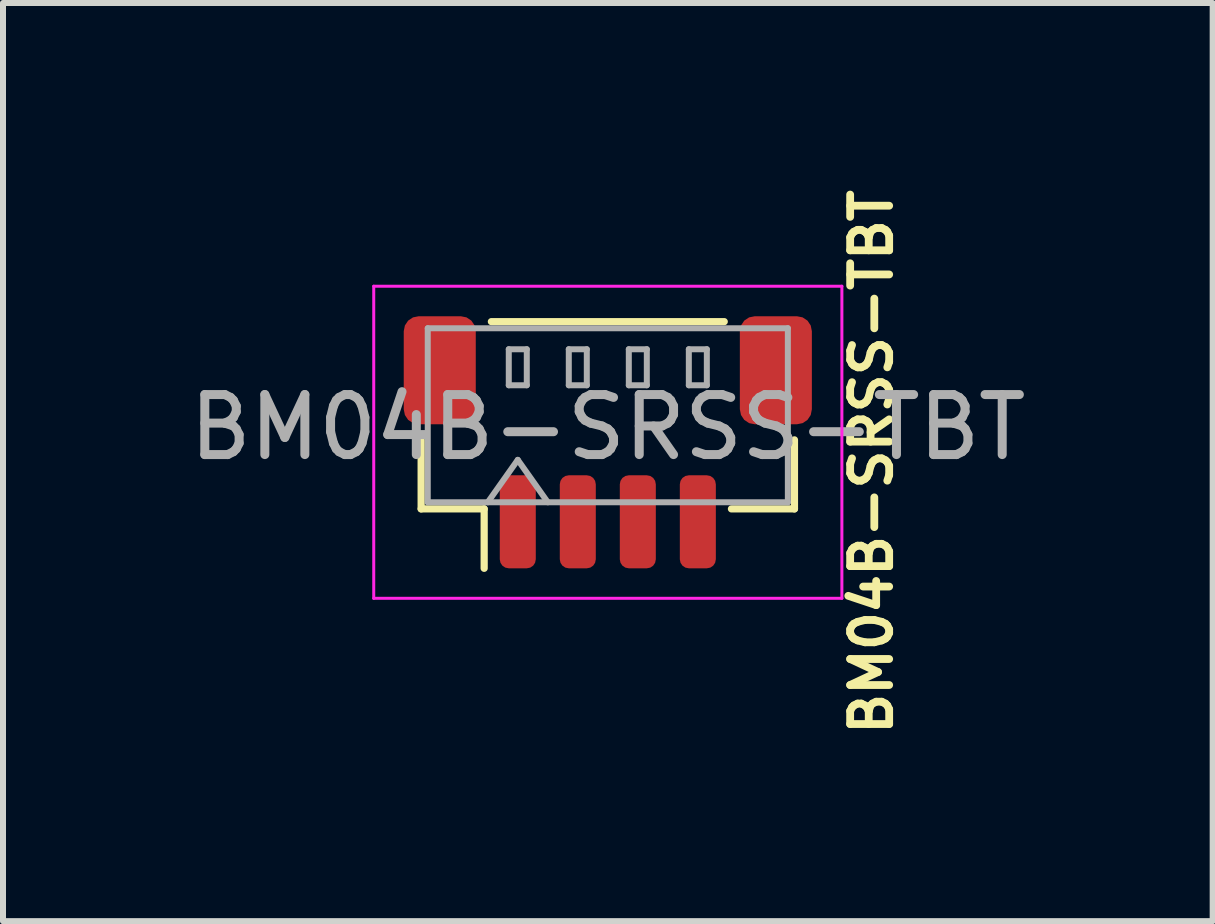
<source format=kicad_pcb>
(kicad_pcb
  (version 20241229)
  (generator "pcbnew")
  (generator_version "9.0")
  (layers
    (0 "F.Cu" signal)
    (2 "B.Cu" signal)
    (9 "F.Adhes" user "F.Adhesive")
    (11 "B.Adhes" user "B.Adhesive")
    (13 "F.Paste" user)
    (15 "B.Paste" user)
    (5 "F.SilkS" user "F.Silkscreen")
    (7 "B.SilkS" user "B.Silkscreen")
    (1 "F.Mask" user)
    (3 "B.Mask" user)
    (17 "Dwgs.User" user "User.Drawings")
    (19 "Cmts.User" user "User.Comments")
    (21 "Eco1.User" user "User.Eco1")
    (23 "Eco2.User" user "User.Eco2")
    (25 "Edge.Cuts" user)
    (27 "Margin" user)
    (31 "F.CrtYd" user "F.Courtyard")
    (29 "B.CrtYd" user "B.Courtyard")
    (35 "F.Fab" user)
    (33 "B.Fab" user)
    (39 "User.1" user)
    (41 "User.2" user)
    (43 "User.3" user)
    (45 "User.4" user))
  (footprint "BM04B-SRSS-TBT"
    (layer "F.Cu")
    (at 7.077 3.862)
    (property "Reference" "BM04B-SRSS-TBT" (at 4.394 0.787 90) (layer "F.SilkS") (effects (font (size 0.65 0.65) (thickness 0.13))))
    (attr smd)
    (fp_line (start -3.11 0.417) (end -3.11 1.567) (stroke (width 0.12) (type solid)) (layer "F.SilkS"))
    (fp_line (start -3.11 1.567) (end -2.06 1.567) (stroke (width 0.12) (type solid)) (layer "F.SilkS"))
    (fp_line (start -2.06 1.567) (end -2.06 2.557) (stroke (width 0.12) (type solid)) (layer "F.SilkS"))
    (fp_line (start -1.94 -1.553) (end 1.94 -1.553) (stroke (width 0.12) (type solid)) (layer "F.SilkS"))
    (fp_line (start 3.11 0.417) (end 3.11 1.567) (stroke (width 0.12) (type solid)) (layer "F.SilkS"))
    (fp_line (start 3.11 1.567) (end 2.06 1.567) (stroke (width 0.12) (type solid)) (layer "F.SilkS"))
    (fp_line (start -3.9 -2.143) (end -3.9 3.057) (stroke (width 0.05) (type solid)) (layer "F.CrtYd"))
    (fp_line (start -3.9 3.057) (end 3.9 3.057) (stroke (width 0.05) (type solid)) (layer "F.CrtYd"))
    (fp_line (start 3.9 -2.143) (end -3.9 -2.143) (stroke (width 0.05) (type solid)) (layer "F.CrtYd"))
    (fp_line (start 3.9 3.057) (end 3.9 -2.143) (stroke (width 0.05) (type solid)) (layer "F.CrtYd"))
    (fp_line (start -3 -1.443) (end 3 -1.443) (stroke (width 0.1) (type solid)) (layer "F.Fab"))
    (fp_line (start -3 1.457) (end -3 -1.443) (stroke (width 0.1) (type solid)) (layer "F.Fab"))
    (fp_line (start -3 1.457) (end 3 1.457) (stroke (width 0.1) (type solid)) (layer "F.Fab"))
    (fp_line (start -2 1.457) (end -1.5 0.75) (stroke (width 0.1) (type solid)) (layer "F.Fab"))
    (fp_line (start -1.65 -1.093) (end -1.65 -0.493) (stroke (width 0.1) (type solid)) (layer "F.Fab"))
    (fp_line (start -1.65 -0.493) (end -1.35 -0.493) (stroke (width 0.1) (type solid)) (layer "F.Fab"))
    (fp_line (start -1.5 0.75) (end -1 1.457) (stroke (width 0.1) (type solid)) (layer "F.Fab"))
    (fp_line (start -1.35 -1.093) (end -1.65 -1.093) (stroke (width 0.1) (type solid)) (layer "F.Fab"))
    (fp_line (start -1.35 -0.493) (end -1.35 -1.093) (stroke (width 0.1) (type solid)) (layer "F.Fab"))
    (fp_line (start -0.65 -1.093) (end -0.65 -0.493) (stroke (width 0.1) (type solid)) (layer "F.Fab"))
    (fp_line (start -0.65 -0.493) (end -0.35 -0.493) (stroke (width 0.1) (type solid)) (layer "F.Fab"))
    (fp_line (start -0.35 -1.093) (end -0.65 -1.093) (stroke (width 0.1) (type solid)) (layer "F.Fab"))
    (fp_line (start -0.35 -0.493) (end -0.35 -1.093) (stroke (width 0.1) (type solid)) (layer "F.Fab"))
    (fp_line (start 0.35 -1.093) (end 0.35 -0.493) (stroke (width 0.1) (type solid)) (layer "F.Fab"))
    (fp_line (start 0.35 -0.493) (end 0.65 -0.493) (stroke (width 0.1) (type solid)) (layer "F.Fab"))
    (fp_line (start 0.65 -1.093) (end 0.35 -1.093) (stroke (width 0.1) (type solid)) (layer "F.Fab"))
    (fp_line (start 0.65 -0.493) (end 0.65 -1.093) (stroke (width 0.1) (type solid)) (layer "F.Fab"))
    (fp_line (start 1.35 -1.093) (end 1.35 -0.493) (stroke (width 0.1) (type solid)) (layer "F.Fab"))
    (fp_line (start 1.35 -0.493) (end 1.65 -0.493) (stroke (width 0.1) (type solid)) (layer "F.Fab"))
    (fp_line (start 1.65 -1.093) (end 1.35 -1.093) (stroke (width 0.1) (type solid)) (layer "F.Fab"))
    (fp_line (start 1.65 -0.493) (end 1.65 -1.093) (stroke (width 0.1) (type solid)) (layer "F.Fab"))
    (fp_line (start 3 1.457) (end 3 -1.443) (stroke (width 0.1) (type solid)) (layer "F.Fab"))
    (fp_text user "${REFERENCE}" (at 0 0.207 0) (layer "F.Fab") (effects (font (size 1 1) (thickness 0.15))))
    (pad "1" smd roundrect (at -1.5 1.782) (size 0.6 1.55) (layers "F.Cu" "F.Mask" "F.Paste") (roundrect_rratio 0.25))
    (pad "2" smd roundrect (at -0.5 1.782) (size 0.6 1.55) (layers "F.Cu" "F.Mask" "F.Paste") (roundrect_rratio 0.25))
    (pad "3" smd roundrect (at 0.5 1.782) (size 0.6 1.55) (layers "F.Cu" "F.Mask" "F.Paste") (roundrect_rratio 0.25))
    (pad "4" smd roundrect (at 1.5 1.782) (size 0.6 1.55) (layers "F.Cu" "F.Mask" "F.Paste") (roundrect_rratio 0.25))
    (pad "MP" smd roundrect (at -2.8 -0.743) (size 1.2 1.8) (layers "F.Cu" "F.Mask" "F.Paste") (roundrect_rratio 0.208))
    (pad "MP" smd roundrect (at 2.8 -0.743) (size 1.2 1.8) (layers "F.Cu" "F.Mask" "F.Paste") (roundrect_rratio 0.208)))
  (gr_rect
    (start -3 -3)
    (end 17.155 12.298)
    (stroke (width 0.1) (type default))
    (fill no)
    (layer "Edge.Cuts")))
</source>
